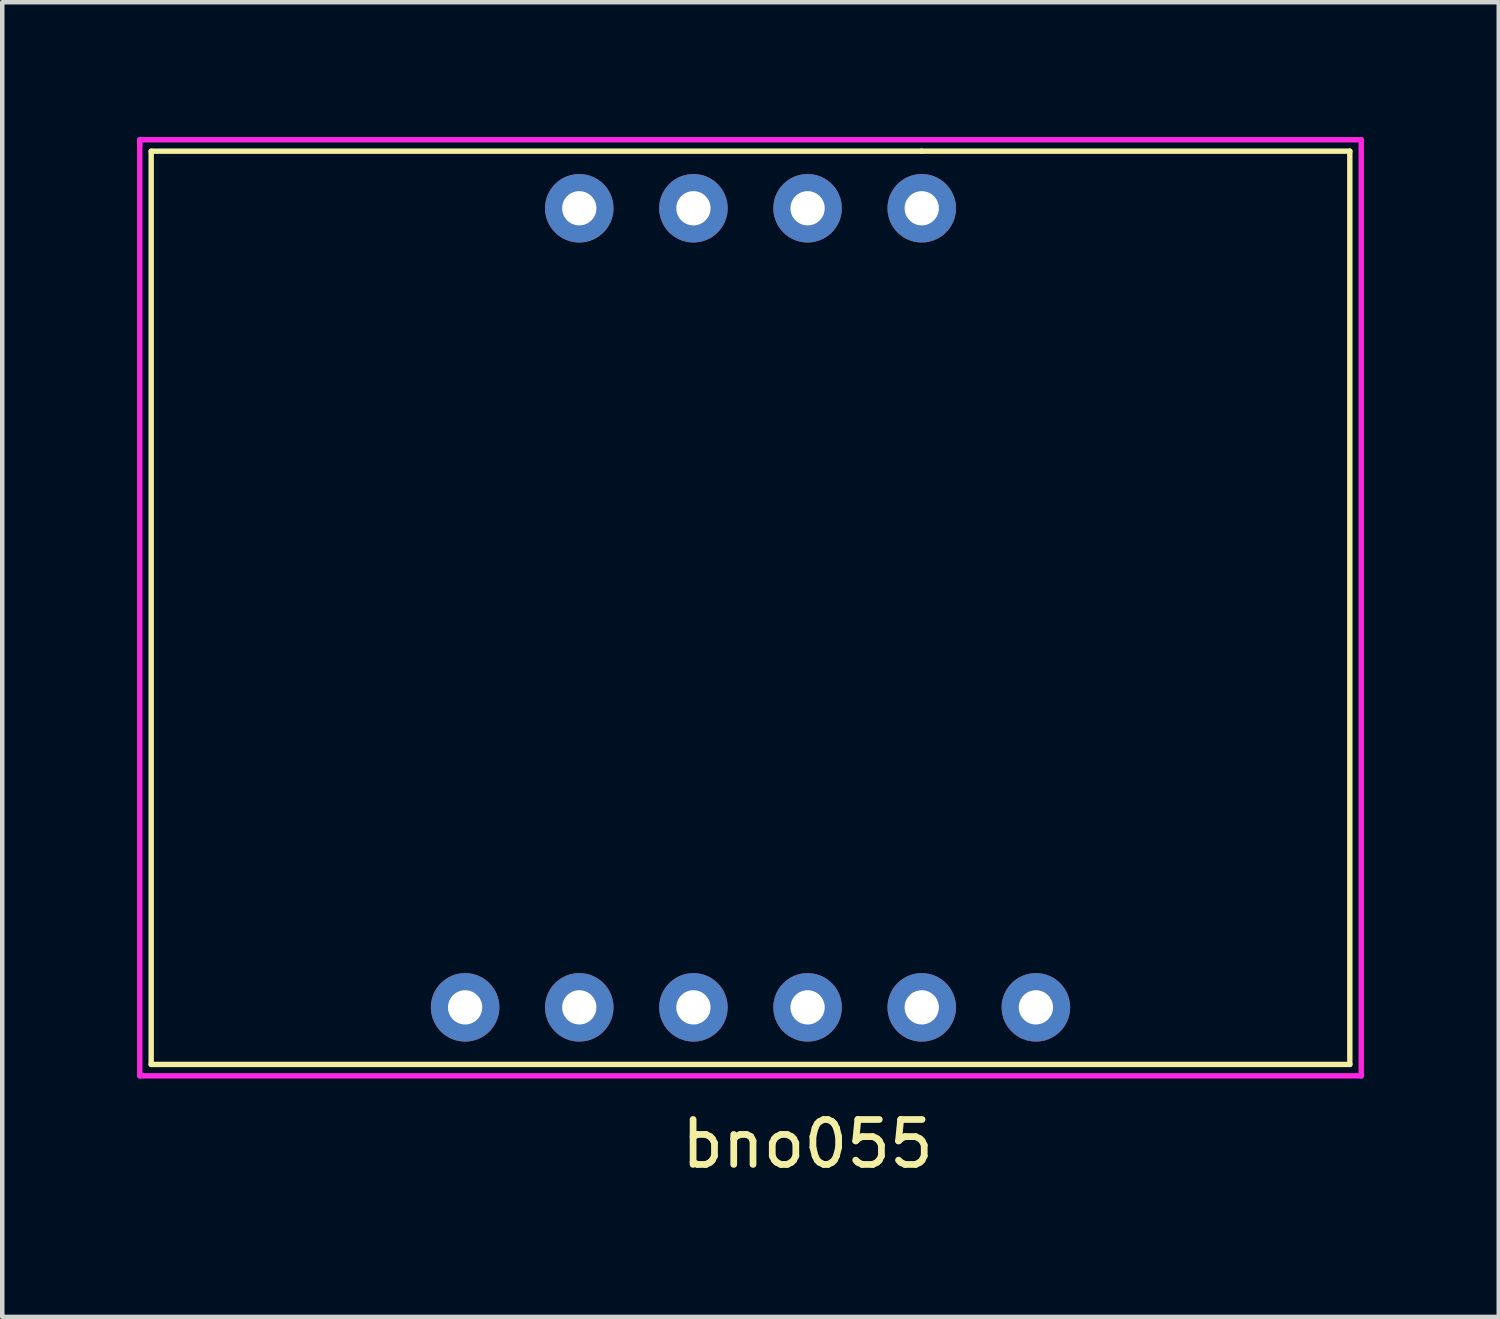
<source format=kicad_pcb>
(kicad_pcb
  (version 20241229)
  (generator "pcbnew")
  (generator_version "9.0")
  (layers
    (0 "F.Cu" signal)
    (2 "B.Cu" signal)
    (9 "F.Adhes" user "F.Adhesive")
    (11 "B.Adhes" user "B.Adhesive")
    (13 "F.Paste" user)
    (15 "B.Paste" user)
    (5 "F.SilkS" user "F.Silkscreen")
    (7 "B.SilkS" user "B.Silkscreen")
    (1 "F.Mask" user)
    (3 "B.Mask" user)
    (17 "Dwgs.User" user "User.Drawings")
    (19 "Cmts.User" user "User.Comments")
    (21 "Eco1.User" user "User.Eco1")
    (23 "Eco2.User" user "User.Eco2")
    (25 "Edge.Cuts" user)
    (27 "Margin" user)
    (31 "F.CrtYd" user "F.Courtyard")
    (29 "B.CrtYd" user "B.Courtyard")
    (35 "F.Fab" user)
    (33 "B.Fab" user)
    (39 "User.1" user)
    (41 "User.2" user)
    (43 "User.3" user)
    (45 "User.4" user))
  (footprint "bno055"
    (layer "F.Cu")
    (at 14.919 21.904)
    (property "Reference" "bno055" (at 0 0.5 0) (layer "F.SilkS") (effects (font (size 1 1) (thickness 0.15))))
    (attr through_hole)
    (fp_line (start -14.605 -21.59) (end 2.54 -21.59) (stroke (width 0.12) (type solid)) (layer "F.SilkS"))
    (fp_line (start -14.605 -1.27) (end -14.605 -21.59) (stroke (width 0.12) (type solid)) (layer "F.SilkS"))
    (fp_line (start -14.605 -1.27) (end 12.065 -1.27) (stroke (width 0.12) (type solid)) (layer "F.SilkS"))
    (fp_line (start 2.54 -21.59) (end 12.065 -21.59) (stroke (width 0.12) (type solid)) (layer "F.SilkS"))
    (fp_line (start 12.065 -21.59) (end 12.065 -1.27) (stroke (width 0.12) (type solid)) (layer "F.SilkS"))
    (fp_line (start -14.859 -21.844) (end -14.859 -21.717) (stroke (width 0.12) (type solid)) (layer "F.CrtYd"))
    (fp_line (start -14.859 -21.717) (end -14.859 -1.016) (stroke (width 0.12) (type solid)) (layer "F.CrtYd"))
    (fp_line (start -14.859 -1.016) (end 12.319 -1.016) (stroke (width 0.12) (type solid)) (layer "F.CrtYd"))
    (fp_line (start 12.319 -21.844) (end -14.859 -21.844) (stroke (width 0.12) (type solid)) (layer "F.CrtYd"))
    (fp_line (start 12.319 -1.016) (end 12.319 -21.844) (stroke (width 0.12) (type solid)) (layer "F.CrtYd"))
    (pad "1" thru_hole circle (at -5.08 -20.32) (size 1.524 1.524) (drill 0.762) (layers "*.Cu" "*.Mask"))
    (pad "2" thru_hole circle (at -2.54 -20.32) (size 1.524 1.524) (drill 0.762) (layers "*.Cu" "*.Mask"))
    (pad "3" thru_hole circle (at 0 -20.32) (size 1.524 1.524) (drill 0.762) (layers "*.Cu" "*.Mask"))
    (pad "4" thru_hole circle (at 2.54 -20.32) (size 1.524 1.524) (drill 0.762) (layers "*.Cu" "*.Mask"))
    (pad "5" thru_hole circle (at -7.62 -2.54) (size 1.524 1.524) (drill 0.762) (layers "*.Cu" "*.Mask"))
    (pad "6" thru_hole circle (at -5.08 -2.54) (size 1.524 1.524) (drill 0.762) (layers "*.Cu" "*.Mask"))
    (pad "7" thru_hole circle (at -2.54 -2.54) (size 1.524 1.524) (drill 0.762) (layers "*.Cu" "*.Mask"))
    (pad "8" thru_hole circle (at 0 -2.54) (size 1.524 1.524) (drill 0.762) (layers "*.Cu" "*.Mask"))
    (pad "9" thru_hole circle (at 2.54 -2.54) (size 1.524 1.524) (drill 0.762) (layers "*.Cu" "*.Mask"))
    (pad "10" thru_hole circle (at 5.08 -2.54) (size 1.524 1.524) (drill 0.762) (layers "*.Cu" "*.Mask")))
  (gr_rect
    (start -3 -3)
    (end 30.298 26.252)
    (stroke (width 0.1) (type default))
    (fill no)
    (layer "Edge.Cuts")))
</source>
